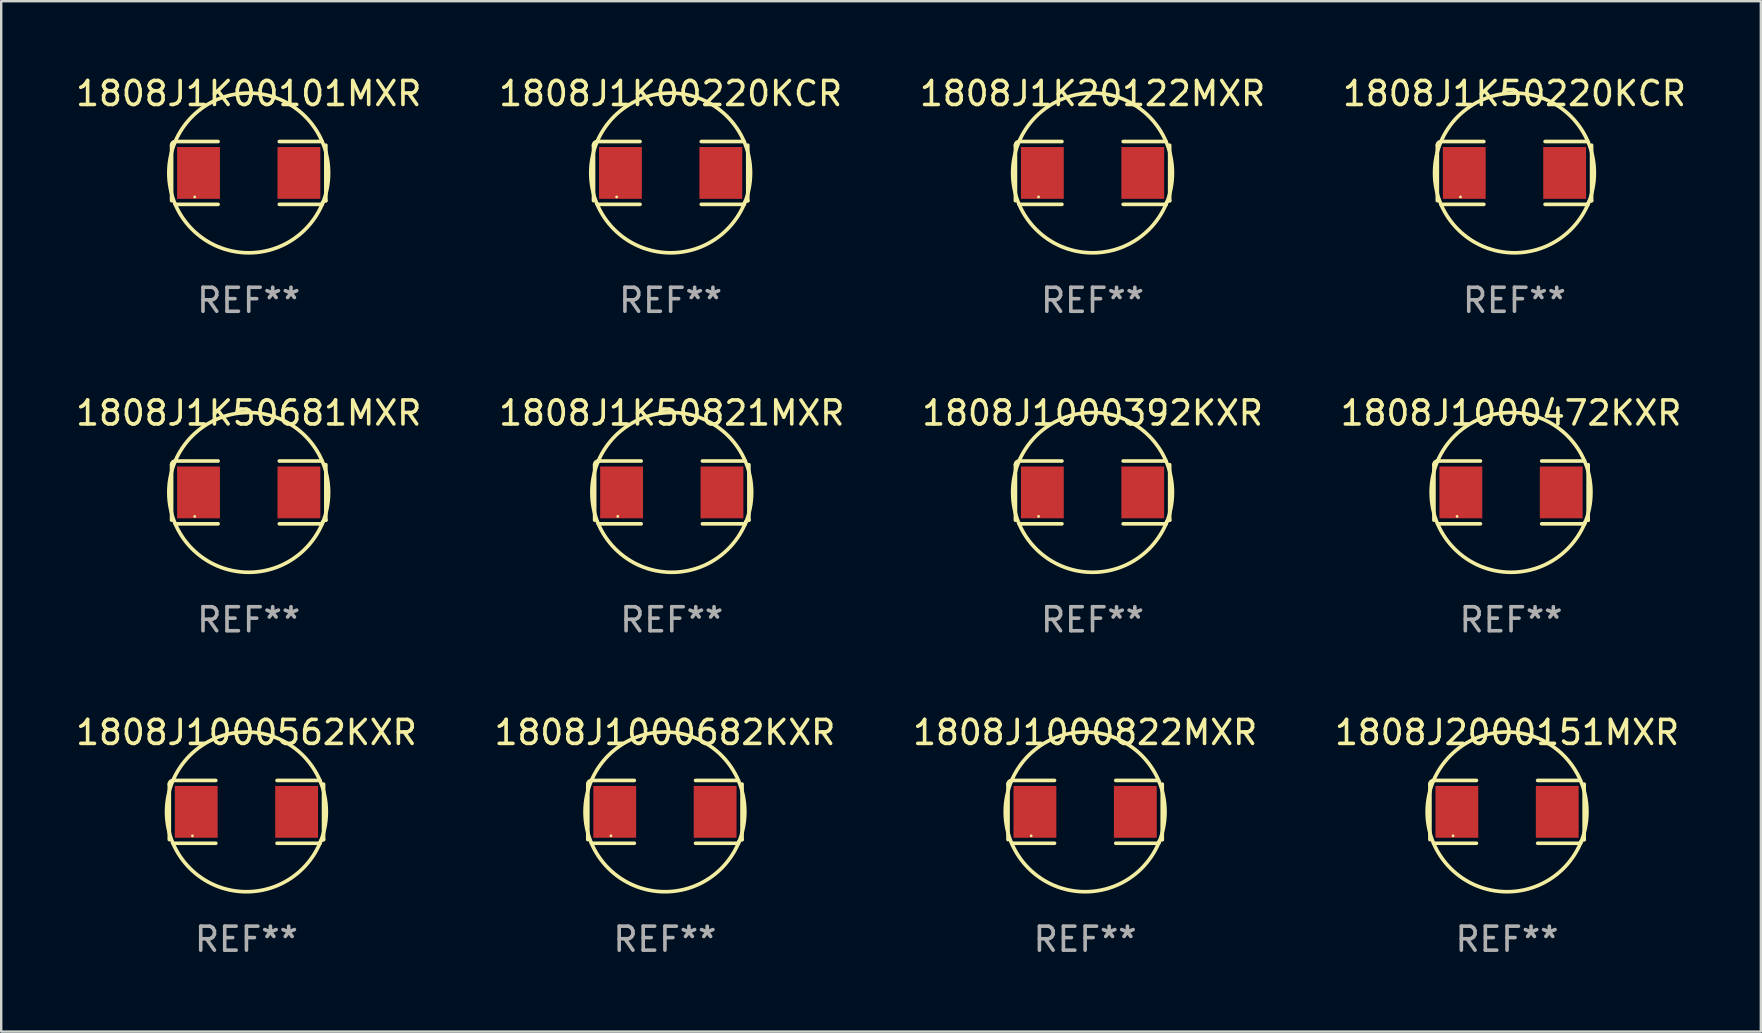
<source format=kicad_pcb>
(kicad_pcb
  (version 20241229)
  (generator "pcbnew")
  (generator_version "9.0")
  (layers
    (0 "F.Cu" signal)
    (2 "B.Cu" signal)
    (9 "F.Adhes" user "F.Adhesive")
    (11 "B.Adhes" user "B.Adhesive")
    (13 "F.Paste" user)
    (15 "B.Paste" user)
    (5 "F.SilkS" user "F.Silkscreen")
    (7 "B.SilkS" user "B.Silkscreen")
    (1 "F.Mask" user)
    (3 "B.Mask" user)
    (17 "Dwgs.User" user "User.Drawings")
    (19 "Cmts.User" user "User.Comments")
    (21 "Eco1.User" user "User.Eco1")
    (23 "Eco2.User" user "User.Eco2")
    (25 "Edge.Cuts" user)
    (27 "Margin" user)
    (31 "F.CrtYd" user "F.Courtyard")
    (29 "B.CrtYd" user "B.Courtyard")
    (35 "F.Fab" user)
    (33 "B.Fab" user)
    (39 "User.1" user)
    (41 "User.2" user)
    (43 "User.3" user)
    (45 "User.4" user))
  (footprint "1808J1K20122MXR"
    (layer "F.Cu")
    (at 42.482 4.157)
    (property "Reference" "1808J1K20122MXR" (at 0 -3.309 0) (layer "F.SilkS") (effects (font (size 1 1) (thickness 0.15))))
    (attr through_hole)
    (fp_line (start -3.214 -1.156) (end -3.214 1.156) (stroke (width 0.152) (type solid)) (layer "F.SilkS"))
    (fp_line (start -3.061 1.309) (end -1.276 1.309) (stroke (width 0.152) (type solid)) (layer "F.SilkS"))
    (fp_line (start -1.276 -1.309) (end -3.061 -1.309) (stroke (width 0.152) (type solid)) (layer "F.SilkS"))
    (fp_line (start 1.276 -1.309) (end 3.061 -1.309) (stroke (width 0.152) (type solid)) (layer "F.SilkS"))
    (fp_line (start 3.061 1.309) (end 1.276 1.309) (stroke (width 0.152) (type solid)) (layer "F.SilkS"))
    (fp_line (start 3.214 -1.156) (end 3.214 1.156) (stroke (width 0.152) (type solid)) (layer "F.SilkS"))
    (fp_arc (start -3.21359 -1.15621) (mid -3.168953 -1.263974) (end -3.061189 -1.308611) (stroke (width 0.1524) (type solid)) (layer "F.SilkS"))
    (fp_arc (start 3.061188 1.308611) (mid 3.105825 1.200847) (end 3.213589 1.15621) (stroke (width 0.1524) (type solid)) (layer "F.SilkS"))
    (fp_arc (start 3.061189 -1.308611) (mid -3.061167 1.308589) (end 3.061189 -1.308611) (stroke (width 0.1524) (type solid)) (layer "F.SilkS"))
    (fp_circle (center -2.25 1) (end -2.22 1) (stroke (width 0.06) (type solid)) (fill no) (layer "F.SilkS"))
    (fp_text user "REF**" (at 0 5.309 0) (layer "F.Fab") (effects (font (size 1 1) (thickness 0.15))))
    (pad "1" smd rect (at -2.092 0) (size 1.785 2.16) (layers "F.Cu" "F.Mask" "F.Paste"))
    (pad "2" smd rect (at 2.092 0) (size 1.785 2.16) (layers "F.Cu" "F.Mask" "F.Paste")))
  (footprint "1808J2000151MXR"
    (layer "F.Cu")
    (at 59.756 30.784)
    (property "Reference" "1808J2000151MXR" (at 0 -3.309 0) (layer "F.SilkS") (effects (font (size 1 1) (thickness 0.15))))
    (attr through_hole)
    (fp_line (start -3.214 -1.156) (end -3.214 1.156) (stroke (width 0.152) (type solid)) (layer "F.SilkS"))
    (fp_line (start -3.061 1.309) (end -1.276 1.309) (stroke (width 0.152) (type solid)) (layer "F.SilkS"))
    (fp_line (start -1.276 -1.309) (end -3.061 -1.309) (stroke (width 0.152) (type solid)) (layer "F.SilkS"))
    (fp_line (start 1.276 -1.309) (end 3.061 -1.309) (stroke (width 0.152) (type solid)) (layer "F.SilkS"))
    (fp_line (start 3.061 1.309) (end 1.276 1.309) (stroke (width 0.152) (type solid)) (layer "F.SilkS"))
    (fp_line (start 3.214 -1.156) (end 3.214 1.156) (stroke (width 0.152) (type solid)) (layer "F.SilkS"))
    (fp_arc (start -3.21359 -1.15621) (mid -3.168953 -1.263974) (end -3.061189 -1.308611) (stroke (width 0.1524) (type solid)) (layer "F.SilkS"))
    (fp_arc (start 3.061188 1.308611) (mid 3.105825 1.200847) (end 3.213589 1.15621) (stroke (width 0.1524) (type solid)) (layer "F.SilkS"))
    (fp_arc (start 3.061189 -1.308611) (mid -3.061167 1.308589) (end 3.061189 -1.308611) (stroke (width 0.1524) (type solid)) (layer "F.SilkS"))
    (fp_circle (center -2.25 1) (end -2.22 1) (stroke (width 0.06) (type solid)) (fill no) (layer "F.SilkS"))
    (fp_text user "REF**" (at 0 5.309 0) (layer "F.Fab") (effects (font (size 1 1) (thickness 0.15))))
    (pad "1" smd rect (at -2.092 0) (size 1.785 2.16) (layers "F.Cu" "F.Mask" "F.Paste"))
    (pad "2" smd rect (at 2.092 0) (size 1.785 2.16) (layers "F.Cu" "F.Mask" "F.Paste")))
  (footprint "1808J1K50220KCR"
    (layer "F.Cu")
    (at 60.065 4.157)
    (property "Reference" "1808J1K50220KCR" (at 0 -3.309 0) (layer "F.SilkS") (effects (font (size 1 1) (thickness 0.15))))
    (attr through_hole)
    (fp_line (start -3.214 -1.156) (end -3.214 1.156) (stroke (width 0.152) (type solid)) (layer "F.SilkS"))
    (fp_line (start -3.061 1.309) (end -1.276 1.309) (stroke (width 0.152) (type solid)) (layer "F.SilkS"))
    (fp_line (start -1.276 -1.309) (end -3.061 -1.309) (stroke (width 0.152) (type solid)) (layer "F.SilkS"))
    (fp_line (start 1.276 -1.309) (end 3.061 -1.309) (stroke (width 0.152) (type solid)) (layer "F.SilkS"))
    (fp_line (start 3.061 1.309) (end 1.276 1.309) (stroke (width 0.152) (type solid)) (layer "F.SilkS"))
    (fp_line (start 3.214 -1.156) (end 3.214 1.156) (stroke (width 0.152) (type solid)) (layer "F.SilkS"))
    (fp_arc (start -3.21359 -1.15621) (mid -3.168953 -1.263974) (end -3.061189 -1.308611) (stroke (width 0.1524) (type solid)) (layer "F.SilkS"))
    (fp_arc (start 3.061188 1.308611) (mid 3.105825 1.200847) (end 3.213589 1.15621) (stroke (width 0.1524) (type solid)) (layer "F.SilkS"))
    (fp_arc (start 3.061189 -1.308611) (mid -3.061167 1.308589) (end 3.061189 -1.308611) (stroke (width 0.1524) (type solid)) (layer "F.SilkS"))
    (fp_circle (center -2.25 1) (end -2.22 1) (stroke (width 0.06) (type solid)) (fill no) (layer "F.SilkS"))
    (fp_text user "REF**" (at 0 5.309 0) (layer "F.Fab") (effects (font (size 1 1) (thickness 0.15))))
    (pad "1" smd rect (at -2.092 0) (size 1.785 2.16) (layers "F.Cu" "F.Mask" "F.Paste"))
    (pad "2" smd rect (at 2.092 0) (size 1.785 2.16) (layers "F.Cu" "F.Mask" "F.Paste")))
  (footprint "1808J1K00101MXR"
    (layer "F.Cu")
    (at 7.315 4.157)
    (property "Reference" "1808J1K00101MXR" (at 0 -3.309 0) (layer "F.SilkS") (effects (font (size 1 1) (thickness 0.15))))
    (attr through_hole)
    (fp_line (start -3.214 -1.156) (end -3.214 1.156) (stroke (width 0.152) (type solid)) (layer "F.SilkS"))
    (fp_line (start -3.061 1.309) (end -1.276 1.309) (stroke (width 0.152) (type solid)) (layer "F.SilkS"))
    (fp_line (start -1.276 -1.309) (end -3.061 -1.309) (stroke (width 0.152) (type solid)) (layer "F.SilkS"))
    (fp_line (start 1.276 -1.309) (end 3.061 -1.309) (stroke (width 0.152) (type solid)) (layer "F.SilkS"))
    (fp_line (start 3.061 1.309) (end 1.276 1.309) (stroke (width 0.152) (type solid)) (layer "F.SilkS"))
    (fp_line (start 3.214 -1.156) (end 3.214 1.156) (stroke (width 0.152) (type solid)) (layer "F.SilkS"))
    (fp_arc (start -3.21359 -1.15621) (mid -3.168953 -1.263974) (end -3.061189 -1.308611) (stroke (width 0.1524) (type solid)) (layer "F.SilkS"))
    (fp_arc (start 3.061188 1.308611) (mid 3.105825 1.200847) (end 3.213589 1.15621) (stroke (width 0.1524) (type solid)) (layer "F.SilkS"))
    (fp_arc (start 3.061189 -1.308611) (mid -3.061167 1.308589) (end 3.061189 -1.308611) (stroke (width 0.1524) (type solid)) (layer "F.SilkS"))
    (fp_circle (center -2.25 1) (end -2.22 1) (stroke (width 0.06) (type solid)) (fill no) (layer "F.SilkS"))
    (fp_text user "REF**" (at 0 5.309 0) (layer "F.Fab") (effects (font (size 1 1) (thickness 0.15))))
    (pad "1" smd rect (at -2.092 0) (size 1.785 2.16) (layers "F.Cu" "F.Mask" "F.Paste"))
    (pad "2" smd rect (at 2.092 0) (size 1.785 2.16) (layers "F.Cu" "F.Mask" "F.Paste")))
  (footprint "1808J1000562KXR"
    (layer "F.Cu")
    (at 7.22 30.784)
    (property "Reference" "1808J1000562KXR" (at 0 -3.309 0) (layer "F.SilkS") (effects (font (size 1 1) (thickness 0.15))))
    (attr through_hole)
    (fp_line (start -3.214 -1.156) (end -3.214 1.156) (stroke (width 0.152) (type solid)) (layer "F.SilkS"))
    (fp_line (start -3.061 1.309) (end -1.276 1.309) (stroke (width 0.152) (type solid)) (layer "F.SilkS"))
    (fp_line (start -1.276 -1.309) (end -3.061 -1.309) (stroke (width 0.152) (type solid)) (layer "F.SilkS"))
    (fp_line (start 1.276 -1.309) (end 3.061 -1.309) (stroke (width 0.152) (type solid)) (layer "F.SilkS"))
    (fp_line (start 3.061 1.309) (end 1.276 1.309) (stroke (width 0.152) (type solid)) (layer "F.SilkS"))
    (fp_line (start 3.214 -1.156) (end 3.214 1.156) (stroke (width 0.152) (type solid)) (layer "F.SilkS"))
    (fp_arc (start -3.21359 -1.15621) (mid -3.168953 -1.263974) (end -3.061189 -1.308611) (stroke (width 0.1524) (type solid)) (layer "F.SilkS"))
    (fp_arc (start 3.061188 1.308611) (mid 3.105825 1.200847) (end 3.213589 1.15621) (stroke (width 0.1524) (type solid)) (layer "F.SilkS"))
    (fp_arc (start 3.061189 -1.308611) (mid -3.061167 1.308589) (end 3.061189 -1.308611) (stroke (width 0.1524) (type solid)) (layer "F.SilkS"))
    (fp_circle (center -2.25 1) (end -2.22 1) (stroke (width 0.06) (type solid)) (fill no) (layer "F.SilkS"))
    (fp_text user "REF**" (at 0 5.309 0) (layer "F.Fab") (effects (font (size 1 1) (thickness 0.15))))
    (pad "1" smd rect (at -2.092 0) (size 1.785 2.16) (layers "F.Cu" "F.Mask" "F.Paste"))
    (pad "2" smd rect (at 2.092 0) (size 1.785 2.16) (layers "F.Cu" "F.Mask" "F.Paste")))
  (footprint "1808J1K50821MXR"
    (layer "F.Cu")
    (at 24.946 17.471)
    (property "Reference" "1808J1K50821MXR" (at 0 -3.309 0) (layer "F.SilkS") (effects (font (size 1 1) (thickness 0.15))))
    (attr through_hole)
    (fp_line (start -3.214 -1.156) (end -3.214 1.156) (stroke (width 0.152) (type solid)) (layer "F.SilkS"))
    (fp_line (start -3.061 1.309) (end -1.276 1.309) (stroke (width 0.152) (type solid)) (layer "F.SilkS"))
    (fp_line (start -1.276 -1.309) (end -3.061 -1.309) (stroke (width 0.152) (type solid)) (layer "F.SilkS"))
    (fp_line (start 1.276 -1.309) (end 3.061 -1.309) (stroke (width 0.152) (type solid)) (layer "F.SilkS"))
    (fp_line (start 3.061 1.309) (end 1.276 1.309) (stroke (width 0.152) (type solid)) (layer "F.SilkS"))
    (fp_line (start 3.214 -1.156) (end 3.214 1.156) (stroke (width 0.152) (type solid)) (layer "F.SilkS"))
    (fp_arc (start -3.21359 -1.15621) (mid -3.168953 -1.263974) (end -3.061189 -1.308611) (stroke (width 0.1524) (type solid)) (layer "F.SilkS"))
    (fp_arc (start 3.061188 1.308611) (mid 3.105825 1.200847) (end 3.213589 1.15621) (stroke (width 0.1524) (type solid)) (layer "F.SilkS"))
    (fp_arc (start 3.061189 -1.308611) (mid -3.061167 1.308589) (end 3.061189 -1.308611) (stroke (width 0.1524) (type solid)) (layer "F.SilkS"))
    (fp_circle (center -2.25 1) (end -2.22 1) (stroke (width 0.06) (type solid)) (fill no) (layer "F.SilkS"))
    (fp_text user "REF**" (at 0 5.309 0) (layer "F.Fab") (effects (font (size 1 1) (thickness 0.15))))
    (pad "1" smd rect (at -2.092 0) (size 1.785 2.16) (layers "F.Cu" "F.Mask" "F.Paste"))
    (pad "2" smd rect (at 2.092 0) (size 1.785 2.16) (layers "F.Cu" "F.Mask" "F.Paste")))
  (footprint "1808J1K50681MXR"
    (layer "F.Cu")
    (at 7.315 17.471)
    (property "Reference" "1808J1K50681MXR" (at 0 -3.309 0) (layer "F.SilkS") (effects (font (size 1 1) (thickness 0.15))))
    (attr through_hole)
    (fp_line (start -3.214 -1.156) (end -3.214 1.156) (stroke (width 0.152) (type solid)) (layer "F.SilkS"))
    (fp_line (start -3.061 1.309) (end -1.276 1.309) (stroke (width 0.152) (type solid)) (layer "F.SilkS"))
    (fp_line (start -1.276 -1.309) (end -3.061 -1.309) (stroke (width 0.152) (type solid)) (layer "F.SilkS"))
    (fp_line (start 1.276 -1.309) (end 3.061 -1.309) (stroke (width 0.152) (type solid)) (layer "F.SilkS"))
    (fp_line (start 3.061 1.309) (end 1.276 1.309) (stroke (width 0.152) (type solid)) (layer "F.SilkS"))
    (fp_line (start 3.214 -1.156) (end 3.214 1.156) (stroke (width 0.152) (type solid)) (layer "F.SilkS"))
    (fp_arc (start -3.21359 -1.15621) (mid -3.168953 -1.263974) (end -3.061189 -1.308611) (stroke (width 0.1524) (type solid)) (layer "F.SilkS"))
    (fp_arc (start 3.061188 1.308611) (mid 3.105825 1.200847) (end 3.213589 1.15621) (stroke (width 0.1524) (type solid)) (layer "F.SilkS"))
    (fp_arc (start 3.061189 -1.308611) (mid -3.061167 1.308589) (end 3.061189 -1.308611) (stroke (width 0.1524) (type solid)) (layer "F.SilkS"))
    (fp_circle (center -2.25 1) (end -2.22 1) (stroke (width 0.06) (type solid)) (fill no) (layer "F.SilkS"))
    (fp_text user "REF**" (at 0 5.309 0) (layer "F.Fab") (effects (font (size 1 1) (thickness 0.15))))
    (pad "1" smd rect (at -2.092 0) (size 1.785 2.16) (layers "F.Cu" "F.Mask" "F.Paste"))
    (pad "2" smd rect (at 2.092 0) (size 1.785 2.16) (layers "F.Cu" "F.Mask" "F.Paste")))
  (footprint "1808J1000822MXR"
    (layer "F.Cu")
    (at 42.173 30.784)
    (property "Reference" "1808J1000822MXR" (at 0 -3.309 0) (layer "F.SilkS") (effects (font (size 1 1) (thickness 0.15))))
    (attr through_hole)
    (fp_line (start -3.214 -1.156) (end -3.214 1.156) (stroke (width 0.152) (type solid)) (layer "F.SilkS"))
    (fp_line (start -3.061 1.309) (end -1.276 1.309) (stroke (width 0.152) (type solid)) (layer "F.SilkS"))
    (fp_line (start -1.276 -1.309) (end -3.061 -1.309) (stroke (width 0.152) (type solid)) (layer "F.SilkS"))
    (fp_line (start 1.276 -1.309) (end 3.061 -1.309) (stroke (width 0.152) (type solid)) (layer "F.SilkS"))
    (fp_line (start 3.061 1.309) (end 1.276 1.309) (stroke (width 0.152) (type solid)) (layer "F.SilkS"))
    (fp_line (start 3.214 -1.156) (end 3.214 1.156) (stroke (width 0.152) (type solid)) (layer "F.SilkS"))
    (fp_arc (start -3.21359 -1.15621) (mid -3.168953 -1.263974) (end -3.061189 -1.308611) (stroke (width 0.1524) (type solid)) (layer "F.SilkS"))
    (fp_arc (start 3.061188 1.308611) (mid 3.105825 1.200847) (end 3.213589 1.15621) (stroke (width 0.1524) (type solid)) (layer "F.SilkS"))
    (fp_arc (start 3.061189 -1.308611) (mid -3.061167 1.308589) (end 3.061189 -1.308611) (stroke (width 0.1524) (type solid)) (layer "F.SilkS"))
    (fp_circle (center -2.25 1) (end -2.22 1) (stroke (width 0.06) (type solid)) (fill no) (layer "F.SilkS"))
    (fp_text user "REF**" (at 0 5.309 0) (layer "F.Fab") (effects (font (size 1 1) (thickness 0.15))))
    (pad "1" smd rect (at -2.092 0) (size 1.785 2.16) (layers "F.Cu" "F.Mask" "F.Paste"))
    (pad "2" smd rect (at 2.092 0) (size 1.785 2.16) (layers "F.Cu" "F.Mask" "F.Paste")))
  (footprint "1808J1000472KXR"
    (layer "F.Cu")
    (at 59.923 17.471)
    (property "Reference" "1808J1000472KXR" (at 0 -3.309 0) (layer "F.SilkS") (effects (font (size 1 1) (thickness 0.15))))
    (attr through_hole)
    (fp_line (start -3.214 -1.156) (end -3.214 1.156) (stroke (width 0.152) (type solid)) (layer "F.SilkS"))
    (fp_line (start -3.061 1.309) (end -1.276 1.309) (stroke (width 0.152) (type solid)) (layer "F.SilkS"))
    (fp_line (start -1.276 -1.309) (end -3.061 -1.309) (stroke (width 0.152) (type solid)) (layer "F.SilkS"))
    (fp_line (start 1.276 -1.309) (end 3.061 -1.309) (stroke (width 0.152) (type solid)) (layer "F.SilkS"))
    (fp_line (start 3.061 1.309) (end 1.276 1.309) (stroke (width 0.152) (type solid)) (layer "F.SilkS"))
    (fp_line (start 3.214 -1.156) (end 3.214 1.156) (stroke (width 0.152) (type solid)) (layer "F.SilkS"))
    (fp_arc (start -3.21359 -1.15621) (mid -3.168953 -1.263974) (end -3.061189 -1.308611) (stroke (width 0.1524) (type solid)) (layer "F.SilkS"))
    (fp_arc (start 3.061188 1.308611) (mid 3.105825 1.200847) (end 3.213589 1.15621) (stroke (width 0.1524) (type solid)) (layer "F.SilkS"))
    (fp_arc (start 3.061189 -1.308611) (mid -3.061167 1.308589) (end 3.061189 -1.308611) (stroke (width 0.1524) (type solid)) (layer "F.SilkS"))
    (fp_circle (center -2.25 1) (end -2.22 1) (stroke (width 0.06) (type solid)) (fill no) (layer "F.SilkS"))
    (fp_text user "REF**" (at 0 5.309 0) (layer "F.Fab") (effects (font (size 1 1) (thickness 0.15))))
    (pad "1" smd rect (at -2.092 0) (size 1.785 2.16) (layers "F.Cu" "F.Mask" "F.Paste"))
    (pad "2" smd rect (at 2.092 0) (size 1.785 2.16) (layers "F.Cu" "F.Mask" "F.Paste")))
  (footprint "1808J1000392KXR"
    (layer "F.Cu")
    (at 42.482 17.471)
    (property "Reference" "1808J1000392KXR" (at 0 -3.309 0) (layer "F.SilkS") (effects (font (size 1 1) (thickness 0.15))))
    (attr through_hole)
    (fp_line (start -3.214 -1.156) (end -3.214 1.156) (stroke (width 0.152) (type solid)) (layer "F.SilkS"))
    (fp_line (start -3.061 1.309) (end -1.276 1.309) (stroke (width 0.152) (type solid)) (layer "F.SilkS"))
    (fp_line (start -1.276 -1.309) (end -3.061 -1.309) (stroke (width 0.152) (type solid)) (layer "F.SilkS"))
    (fp_line (start 1.276 -1.309) (end 3.061 -1.309) (stroke (width 0.152) (type solid)) (layer "F.SilkS"))
    (fp_line (start 3.061 1.309) (end 1.276 1.309) (stroke (width 0.152) (type solid)) (layer "F.SilkS"))
    (fp_line (start 3.214 -1.156) (end 3.214 1.156) (stroke (width 0.152) (type solid)) (layer "F.SilkS"))
    (fp_arc (start -3.21359 -1.15621) (mid -3.168953 -1.263974) (end -3.061189 -1.308611) (stroke (width 0.1524) (type solid)) (layer "F.SilkS"))
    (fp_arc (start 3.061188 1.308611) (mid 3.105825 1.200847) (end 3.213589 1.15621) (stroke (width 0.1524) (type solid)) (layer "F.SilkS"))
    (fp_arc (start 3.061189 -1.308611) (mid -3.061167 1.308589) (end 3.061189 -1.308611) (stroke (width 0.1524) (type solid)) (layer "F.SilkS"))
    (fp_circle (center -2.25 1) (end -2.22 1) (stroke (width 0.06) (type solid)) (fill no) (layer "F.SilkS"))
    (fp_text user "REF**" (at 0 5.309 0) (layer "F.Fab") (effects (font (size 1 1) (thickness 0.15))))
    (pad "1" smd rect (at -2.092 0) (size 1.785 2.16) (layers "F.Cu" "F.Mask" "F.Paste"))
    (pad "2" smd rect (at 2.092 0) (size 1.785 2.16) (layers "F.Cu" "F.Mask" "F.Paste")))
  (footprint "1808J1K00220KCR"
    (layer "F.Cu")
    (at 24.899 4.157)
    (property "Reference" "1808J1K00220KCR" (at 0 -3.309 0) (layer "F.SilkS") (effects (font (size 1 1) (thickness 0.15))))
    (attr through_hole)
    (fp_line (start -3.214 -1.156) (end -3.214 1.156) (stroke (width 0.152) (type solid)) (layer "F.SilkS"))
    (fp_line (start -3.061 1.309) (end -1.276 1.309) (stroke (width 0.152) (type solid)) (layer "F.SilkS"))
    (fp_line (start -1.276 -1.309) (end -3.061 -1.309) (stroke (width 0.152) (type solid)) (layer "F.SilkS"))
    (fp_line (start 1.276 -1.309) (end 3.061 -1.309) (stroke (width 0.152) (type solid)) (layer "F.SilkS"))
    (fp_line (start 3.061 1.309) (end 1.276 1.309) (stroke (width 0.152) (type solid)) (layer "F.SilkS"))
    (fp_line (start 3.214 -1.156) (end 3.214 1.156) (stroke (width 0.152) (type solid)) (layer "F.SilkS"))
    (fp_arc (start -3.21359 -1.15621) (mid -3.168953 -1.263974) (end -3.061189 -1.308611) (stroke (width 0.1524) (type solid)) (layer "F.SilkS"))
    (fp_arc (start 3.061188 1.308611) (mid 3.105825 1.200847) (end 3.213589 1.15621) (stroke (width 0.1524) (type solid)) (layer "F.SilkS"))
    (fp_arc (start 3.061189 -1.308611) (mid -3.061167 1.308589) (end 3.061189 -1.308611) (stroke (width 0.1524) (type solid)) (layer "F.SilkS"))
    (fp_circle (center -2.25 1) (end -2.22 1) (stroke (width 0.06) (type solid)) (fill no) (layer "F.SilkS"))
    (fp_text user "REF**" (at 0 5.309 0) (layer "F.Fab") (effects (font (size 1 1) (thickness 0.15))))
    (pad "1" smd rect (at -2.092 0) (size 1.785 2.16) (layers "F.Cu" "F.Mask" "F.Paste"))
    (pad "2" smd rect (at 2.092 0) (size 1.785 2.16) (layers "F.Cu" "F.Mask" "F.Paste")))
  (footprint "1808J1000682KXR"
    (layer "F.Cu")
    (at 24.661 30.784)
    (property "Reference" "1808J1000682KXR" (at 0 -3.309 0) (layer "F.SilkS") (effects (font (size 1 1) (thickness 0.15))))
    (attr through_hole)
    (fp_line (start -3.214 -1.156) (end -3.214 1.156) (stroke (width 0.152) (type solid)) (layer "F.SilkS"))
    (fp_line (start -3.061 1.309) (end -1.276 1.309) (stroke (width 0.152) (type solid)) (layer "F.SilkS"))
    (fp_line (start -1.276 -1.309) (end -3.061 -1.309) (stroke (width 0.152) (type solid)) (layer "F.SilkS"))
    (fp_line (start 1.276 -1.309) (end 3.061 -1.309) (stroke (width 0.152) (type solid)) (layer "F.SilkS"))
    (fp_line (start 3.061 1.309) (end 1.276 1.309) (stroke (width 0.152) (type solid)) (layer "F.SilkS"))
    (fp_line (start 3.214 -1.156) (end 3.214 1.156) (stroke (width 0.152) (type solid)) (layer "F.SilkS"))
    (fp_arc (start -3.21359 -1.15621) (mid -3.168953 -1.263974) (end -3.061189 -1.308611) (stroke (width 0.1524) (type solid)) (layer "F.SilkS"))
    (fp_arc (start 3.061188 1.308611) (mid 3.105825 1.200847) (end 3.213589 1.15621) (stroke (width 0.1524) (type solid)) (layer "F.SilkS"))
    (fp_arc (start 3.061189 -1.308611) (mid -3.061167 1.308589) (end 3.061189 -1.308611) (stroke (width 0.1524) (type solid)) (layer "F.SilkS"))
    (fp_circle (center -2.25 1) (end -2.22 1) (stroke (width 0.06) (type solid)) (fill no) (layer "F.SilkS"))
    (fp_text user "REF**" (at 0 5.309 0) (layer "F.Fab") (effects (font (size 1 1) (thickness 0.15))))
    (pad "1" smd rect (at -2.092 0) (size 1.785 2.16) (layers "F.Cu" "F.Mask" "F.Paste"))
    (pad "2" smd rect (at 2.092 0) (size 1.785 2.16) (layers "F.Cu" "F.Mask" "F.Paste")))
  (gr_rect
    (start -3 -3)
    (end 70.333 39.941)
    (stroke (width 0.1) (type default))
    (fill no)
    (layer "Edge.Cuts")))
</source>
